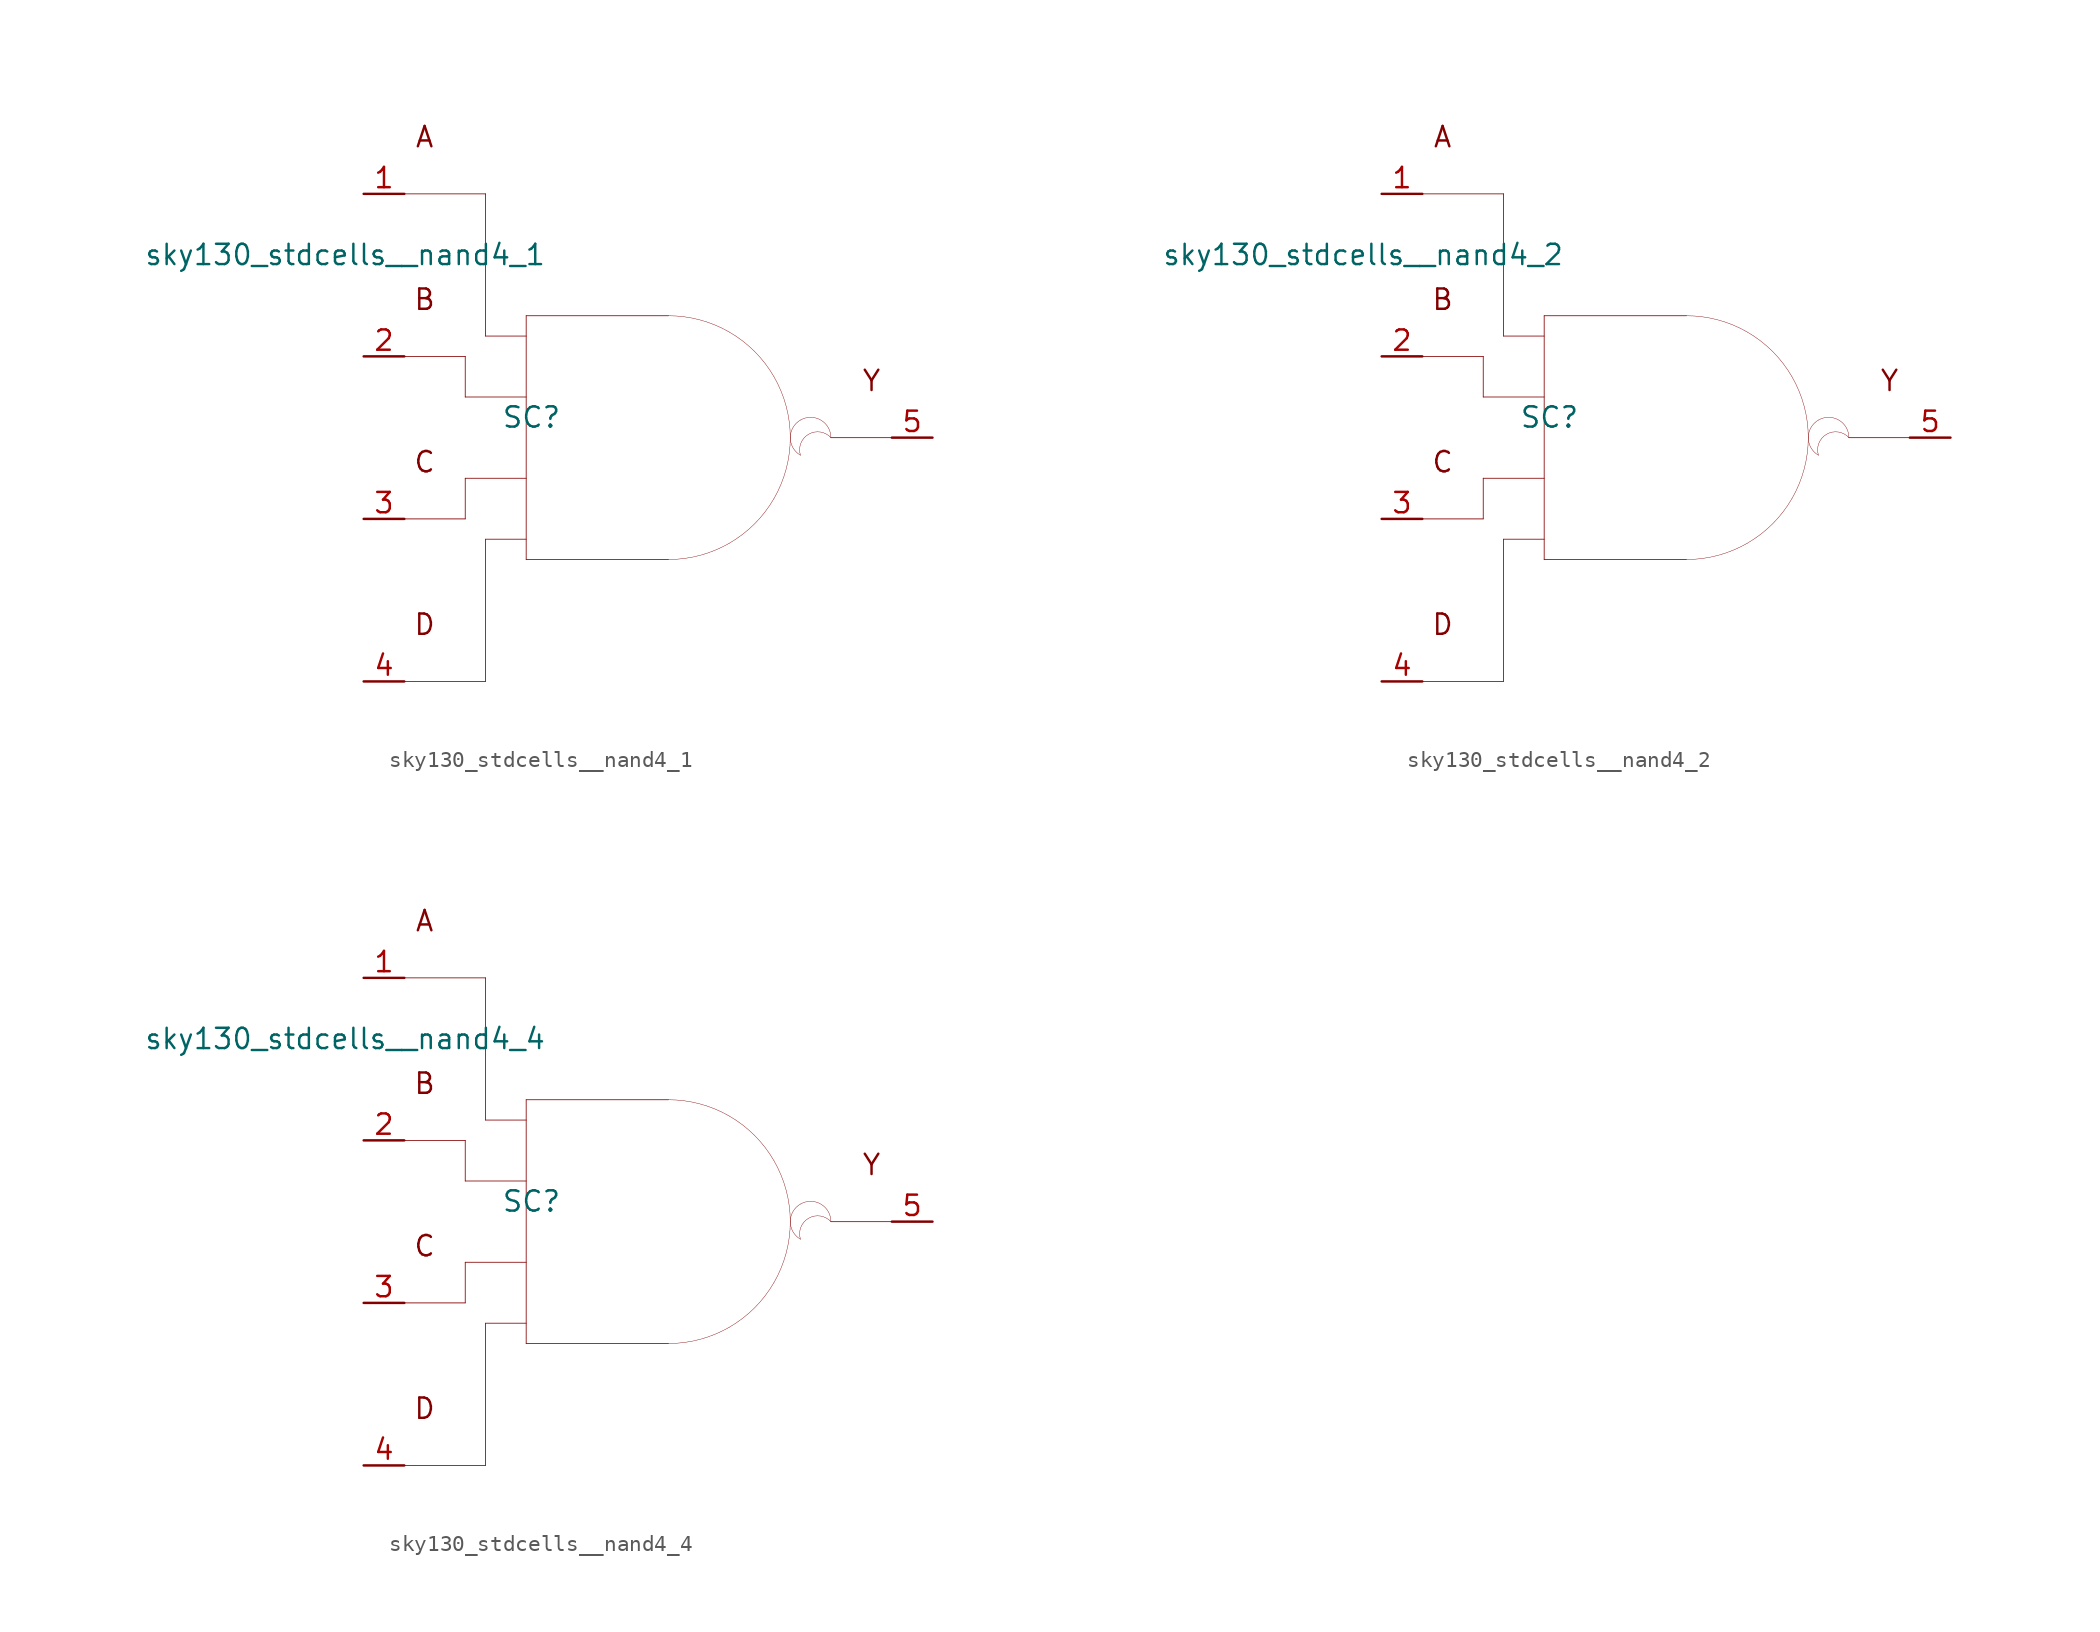
<source format=kicad_sym>
(kicad_symbol_lib
  (version 20211014)
  (generator kicad_symbol_editor)
  (symbol "sky130_stdcells__nand4_1"
    (pin_names hide)
    (property "Reference" "SC"
      (at -7.29 1.27 0)
      (effects (font (size 1.27 1.27))))
    (property "Value" "sky130_stdcells__nand4_1"
      (at -6.35 11.43 0)
      (effects (font (size 1.27 1.27)) (justify right)))
    (symbol "sky130_stdcells__nand4_1_0_0"
      (polyline (pts (xy -15.24 -15.24) (xy -10.16 -15.24)) (stroke (width 0.051) (type default) (color 0 0 0 0)) (fill (type none)))
      (polyline (pts (xy -15.24 -5.08) (xy -11.43 -5.08)) (stroke (width 0.051) (type default) (color 0 0 0 0)) (fill (type none)))
      (polyline (pts (xy -15.24 5.08) (xy -11.43 5.08)) (stroke (width 0.051) (type default) (color 0 0 0 0)) (fill (type none)))
      (polyline (pts (xy -15.24 15.24) (xy -10.16 15.24)) (stroke (width 0.051) (type default) (color 0 0 0 0)) (fill (type none)))
      (polyline (pts (xy -11.43 -2.54) (xy -11.43 -5.08)) (stroke (width 0.051) (type default) (color 0 0 0 0)) (fill (type none)))
      (polyline (pts (xy -11.43 -2.54) (xy -7.62 -2.54)) (stroke (width 0.051) (type default) (color 0 0 0 0)) (fill (type none)))
      (polyline (pts (xy -11.43 2.54) (xy -7.62 2.54)) (stroke (width 0.051) (type default) (color 0 0 0 0)) (fill (type none)))
      (polyline (pts (xy -11.43 5.08) (xy -11.43 2.54)) (stroke (width 0.051) (type default) (color 0 0 0 0)) (fill (type none)))
      (polyline (pts (xy -10.16 -6.35) (xy -10.16 -15.24)) (stroke (width 0.051) (type default) (color 0 0 0 0)) (fill (type none)))
      (polyline (pts (xy -10.16 -6.35) (xy -7.62 -6.35)) (stroke (width 0.051) (type default) (color 0 0 0 0)) (fill (type none)))
      (polyline (pts (xy -10.16 6.35) (xy -7.62 6.35)) (stroke (width 0.051) (type default) (color 0 0 0 0)) (fill (type none)))
      (polyline (pts (xy -10.16 15.24) (xy -10.16 6.35)) (stroke (width 0.051) (type default) (color 0 0 0 0)) (fill (type none)))
      (polyline (pts (xy -7.62 -7.62) (xy 1.27 -7.62)) (stroke (width 0.051) (type default) (color 0 0 0 0)) (fill (type none)))
      (polyline (pts (xy -7.62 7.62) (xy -7.62 -7.62)) (stroke (width 0.051) (type default) (color 0 0 0 0)) (fill (type none)))
      (polyline (pts (xy -7.62 7.62) (xy 1.27 7.62)) (stroke (width 0.051) (type default) (color 0 0 0 0)) (fill (type none)))
      (polyline (pts (xy 11.43 0) (xy 15.24 0)) (stroke (width 0.051) (type default) (color 0 0 0 0)) (fill (type none)))
      (arc (start 1.27 -7.62) (mid 3.2422 -7.3604) (end 5.08 -6.5991) (stroke (width 0.0254) (type default) (color 0 0 0 0)) (fill (type none)))
      (arc (start 5.08 -6.5991) (mid 6.6581 -5.3881) (end 7.8691 -3.81) (stroke (width 0.0254) (type default) (color 0 0 0 0)) (fill (type none)))
      (arc (start 5.08 6.5991) (mid 3.2422 7.3603) (end 1.27 7.62) (stroke (width 0.0254) (type default) (color 0 0 0 0)) (fill (type none)))
      (arc (start 7.8691 -3.81) (mid 8.6303 -1.9722) (end 8.89 0) (stroke (width 0.0254) (type default) (color 0 0 0 0)) (fill (type none)))
      (arc (start 7.8691 3.81) (mid 6.6581 5.3881) (end 5.08 6.5991) (stroke (width 0.0254) (type default) (color 0 0 0 0)) (fill (type none)))
      (arc (start 8.89 0) (mid 8.6304 1.9722) (end 7.8691 3.81) (stroke (width 0.0254) (type default) (color 0 0 0 0)) (fill (type none)))
      (arc (start 9.525 1.0999) (mid 8.89 0) (end 9.525 -1.0999) (stroke (width 0.0254) (type default) (color 0 0 0 0)) (fill (type none)))
      (arc (start 11.43 0) (mid 9.5731 0.4743) (end 9.525 -1.0999) (stroke (width 0.0254) (type default) (color 0 0 0 0)) (fill (type none)))
      (arc (start 11.43 0) (mid 10.795 1.0998) (end 9.525 1.0999) (stroke (width 0.0254) (type default) (color 0 0 0 0)) (fill (type none)))
      (text "A" (at -13.97 18.796 0) (effects (font (size 1.27 1.27))))
      (text "B" (at -13.97 8.636 0) (effects (font (size 1.27 1.27))))
      (text "C" (at -13.97 -1.524 0) (effects (font (size 1.27 1.27))))
      (text "D" (at -13.97 -11.684 0) (effects (font (size 1.27 1.27))))
      (text "Y" (at 13.97 3.556 0) (effects (font (size 1.27 1.27)))))
    (symbol "sky130_stdcells__nand4_1_1_1"
      (pin input line (at -17.78 15.24 0) (length 2.54) (name "A" (effects (font (size 1.092 1.092)))) (number "1" (effects (font (size 1.27 1.27)))))
      (pin input line (at -17.78 5.08 0) (length 2.54) (name "B" (effects (font (size 1.092 1.092)))) (number "2" (effects (font (size 1.27 1.27)))))
      (pin input line (at -17.78 -5.08 0) (length 2.54) (name "C" (effects (font (size 1.092 1.092)))) (number "3" (effects (font (size 1.27 1.27)))))
      (pin input line (at -17.78 -15.24 0) (length 2.54) (name "D" (effects (font (size 1.092 1.092)))) (number "4" (effects (font (size 1.27 1.27)))))
      (pin output line (at 17.78 0 180) (length 2.54) (name "Y" (effects (font (size 1.092 1.092)))) (number "5" (effects (font (size 1.27 1.27)))))))
  (symbol "sky130_stdcells__nand4_2"
    (pin_names hide)
    (property "Reference" "SC"
      (at -7.29 1.27 0)
      (effects (font (size 1.27 1.27))))
    (property "Value" "sky130_stdcells__nand4_2"
      (at -6.35 11.43 0)
      (effects (font (size 1.27 1.27)) (justify right)))
    (symbol "sky130_stdcells__nand4_2_0_0"
      (polyline (pts (xy -15.24 -15.24) (xy -10.16 -15.24)) (stroke (width 0.051) (type default) (color 0 0 0 0)) (fill (type none)))
      (polyline (pts (xy -15.24 -5.08) (xy -11.43 -5.08)) (stroke (width 0.051) (type default) (color 0 0 0 0)) (fill (type none)))
      (polyline (pts (xy -15.24 5.08) (xy -11.43 5.08)) (stroke (width 0.051) (type default) (color 0 0 0 0)) (fill (type none)))
      (polyline (pts (xy -15.24 15.24) (xy -10.16 15.24)) (stroke (width 0.051) (type default) (color 0 0 0 0)) (fill (type none)))
      (polyline (pts (xy -11.43 -2.54) (xy -11.43 -5.08)) (stroke (width 0.051) (type default) (color 0 0 0 0)) (fill (type none)))
      (polyline (pts (xy -11.43 -2.54) (xy -7.62 -2.54)) (stroke (width 0.051) (type default) (color 0 0 0 0)) (fill (type none)))
      (polyline (pts (xy -11.43 2.54) (xy -7.62 2.54)) (stroke (width 0.051) (type default) (color 0 0 0 0)) (fill (type none)))
      (polyline (pts (xy -11.43 5.08) (xy -11.43 2.54)) (stroke (width 0.051) (type default) (color 0 0 0 0)) (fill (type none)))
      (polyline (pts (xy -10.16 -6.35) (xy -10.16 -15.24)) (stroke (width 0.051) (type default) (color 0 0 0 0)) (fill (type none)))
      (polyline (pts (xy -10.16 -6.35) (xy -7.62 -6.35)) (stroke (width 0.051) (type default) (color 0 0 0 0)) (fill (type none)))
      (polyline (pts (xy -10.16 6.35) (xy -7.62 6.35)) (stroke (width 0.051) (type default) (color 0 0 0 0)) (fill (type none)))
      (polyline (pts (xy -10.16 15.24) (xy -10.16 6.35)) (stroke (width 0.051) (type default) (color 0 0 0 0)) (fill (type none)))
      (polyline (pts (xy -7.62 -7.62) (xy 1.27 -7.62)) (stroke (width 0.051) (type default) (color 0 0 0 0)) (fill (type none)))
      (polyline (pts (xy -7.62 7.62) (xy -7.62 -7.62)) (stroke (width 0.051) (type default) (color 0 0 0 0)) (fill (type none)))
      (polyline (pts (xy -7.62 7.62) (xy 1.27 7.62)) (stroke (width 0.051) (type default) (color 0 0 0 0)) (fill (type none)))
      (polyline (pts (xy 11.43 0) (xy 15.24 0)) (stroke (width 0.051) (type default) (color 0 0 0 0)) (fill (type none)))
      (arc (start 1.27 -7.62) (mid 3.2422 -7.3604) (end 5.08 -6.5991) (stroke (width 0.0254) (type default) (color 0 0 0 0)) (fill (type none)))
      (arc (start 5.08 -6.5991) (mid 6.6581 -5.3881) (end 7.8691 -3.81) (stroke (width 0.0254) (type default) (color 0 0 0 0)) (fill (type none)))
      (arc (start 5.08 6.5991) (mid 3.2422 7.3603) (end 1.27 7.62) (stroke (width 0.0254) (type default) (color 0 0 0 0)) (fill (type none)))
      (arc (start 7.8691 -3.81) (mid 8.6303 -1.9722) (end 8.89 0) (stroke (width 0.0254) (type default) (color 0 0 0 0)) (fill (type none)))
      (arc (start 7.8691 3.81) (mid 6.6581 5.3881) (end 5.08 6.5991) (stroke (width 0.0254) (type default) (color 0 0 0 0)) (fill (type none)))
      (arc (start 8.89 0) (mid 8.6304 1.9722) (end 7.8691 3.81) (stroke (width 0.0254) (type default) (color 0 0 0 0)) (fill (type none)))
      (arc (start 9.525 1.0999) (mid 8.89 0) (end 9.525 -1.0999) (stroke (width 0.0254) (type default) (color 0 0 0 0)) (fill (type none)))
      (arc (start 11.43 0) (mid 9.5731 0.4743) (end 9.525 -1.0999) (stroke (width 0.0254) (type default) (color 0 0 0 0)) (fill (type none)))
      (arc (start 11.43 0) (mid 10.795 1.0998) (end 9.525 1.0999) (stroke (width 0.0254) (type default) (color 0 0 0 0)) (fill (type none)))
      (text "A" (at -13.97 18.796 0) (effects (font (size 1.27 1.27))))
      (text "B" (at -13.97 8.636 0) (effects (font (size 1.27 1.27))))
      (text "C" (at -13.97 -1.524 0) (effects (font (size 1.27 1.27))))
      (text "D" (at -13.97 -11.684 0) (effects (font (size 1.27 1.27))))
      (text "Y" (at 13.97 3.556 0) (effects (font (size 1.27 1.27)))))
    (symbol "sky130_stdcells__nand4_2_1_1"
      (pin input line (at -17.78 15.24 0) (length 2.54) (name "A" (effects (font (size 1.092 1.092)))) (number "1" (effects (font (size 1.27 1.27)))))
      (pin input line (at -17.78 5.08 0) (length 2.54) (name "B" (effects (font (size 1.092 1.092)))) (number "2" (effects (font (size 1.27 1.27)))))
      (pin input line (at -17.78 -5.08 0) (length 2.54) (name "C" (effects (font (size 1.092 1.092)))) (number "3" (effects (font (size 1.27 1.27)))))
      (pin input line (at -17.78 -15.24 0) (length 2.54) (name "D" (effects (font (size 1.092 1.092)))) (number "4" (effects (font (size 1.27 1.27)))))
      (pin output line (at 17.78 0 180) (length 2.54) (name "Y" (effects (font (size 1.092 1.092)))) (number "5" (effects (font (size 1.27 1.27)))))))
  (symbol "sky130_stdcells__nand4_4"
    (pin_names hide)
    (property "Reference" "SC"
      (at -7.29 1.27 0)
      (effects (font (size 1.27 1.27))))
    (property "Value" "sky130_stdcells__nand4_4"
      (at -6.35 11.43 0)
      (effects (font (size 1.27 1.27)) (justify right)))
    (symbol "sky130_stdcells__nand4_4_0_0"
      (polyline (pts (xy -15.24 -15.24) (xy -10.16 -15.24)) (stroke (width 0.051) (type default) (color 0 0 0 0)) (fill (type none)))
      (polyline (pts (xy -15.24 -5.08) (xy -11.43 -5.08)) (stroke (width 0.051) (type default) (color 0 0 0 0)) (fill (type none)))
      (polyline (pts (xy -15.24 5.08) (xy -11.43 5.08)) (stroke (width 0.051) (type default) (color 0 0 0 0)) (fill (type none)))
      (polyline (pts (xy -15.24 15.24) (xy -10.16 15.24)) (stroke (width 0.051) (type default) (color 0 0 0 0)) (fill (type none)))
      (polyline (pts (xy -11.43 -2.54) (xy -11.43 -5.08)) (stroke (width 0.051) (type default) (color 0 0 0 0)) (fill (type none)))
      (polyline (pts (xy -11.43 -2.54) (xy -7.62 -2.54)) (stroke (width 0.051) (type default) (color 0 0 0 0)) (fill (type none)))
      (polyline (pts (xy -11.43 2.54) (xy -7.62 2.54)) (stroke (width 0.051) (type default) (color 0 0 0 0)) (fill (type none)))
      (polyline (pts (xy -11.43 5.08) (xy -11.43 2.54)) (stroke (width 0.051) (type default) (color 0 0 0 0)) (fill (type none)))
      (polyline (pts (xy -10.16 -6.35) (xy -10.16 -15.24)) (stroke (width 0.051) (type default) (color 0 0 0 0)) (fill (type none)))
      (polyline (pts (xy -10.16 -6.35) (xy -7.62 -6.35)) (stroke (width 0.051) (type default) (color 0 0 0 0)) (fill (type none)))
      (polyline (pts (xy -10.16 6.35) (xy -7.62 6.35)) (stroke (width 0.051) (type default) (color 0 0 0 0)) (fill (type none)))
      (polyline (pts (xy -10.16 15.24) (xy -10.16 6.35)) (stroke (width 0.051) (type default) (color 0 0 0 0)) (fill (type none)))
      (polyline (pts (xy -7.62 -7.62) (xy 1.27 -7.62)) (stroke (width 0.051) (type default) (color 0 0 0 0)) (fill (type none)))
      (polyline (pts (xy -7.62 7.62) (xy -7.62 -7.62)) (stroke (width 0.051) (type default) (color 0 0 0 0)) (fill (type none)))
      (polyline (pts (xy -7.62 7.62) (xy 1.27 7.62)) (stroke (width 0.051) (type default) (color 0 0 0 0)) (fill (type none)))
      (polyline (pts (xy 11.43 0) (xy 15.24 0)) (stroke (width 0.051) (type default) (color 0 0 0 0)) (fill (type none)))
      (arc (start 1.27 -7.62) (mid 3.2422 -7.3604) (end 5.08 -6.5991) (stroke (width 0.0254) (type default) (color 0 0 0 0)) (fill (type none)))
      (arc (start 5.08 -6.5991) (mid 6.6581 -5.3881) (end 7.8691 -3.81) (stroke (width 0.0254) (type default) (color 0 0 0 0)) (fill (type none)))
      (arc (start 5.08 6.5991) (mid 3.2422 7.3603) (end 1.27 7.62) (stroke (width 0.0254) (type default) (color 0 0 0 0)) (fill (type none)))
      (arc (start 7.8691 -3.81) (mid 8.6303 -1.9722) (end 8.89 0) (stroke (width 0.0254) (type default) (color 0 0 0 0)) (fill (type none)))
      (arc (start 7.8691 3.81) (mid 6.6581 5.3881) (end 5.08 6.5991) (stroke (width 0.0254) (type default) (color 0 0 0 0)) (fill (type none)))
      (arc (start 8.89 0) (mid 8.6304 1.9722) (end 7.8691 3.81) (stroke (width 0.0254) (type default) (color 0 0 0 0)) (fill (type none)))
      (arc (start 9.525 1.0999) (mid 8.89 0) (end 9.525 -1.0999) (stroke (width 0.0254) (type default) (color 0 0 0 0)) (fill (type none)))
      (arc (start 11.43 0) (mid 9.5731 0.4743) (end 9.525 -1.0999) (stroke (width 0.0254) (type default) (color 0 0 0 0)) (fill (type none)))
      (arc (start 11.43 0) (mid 10.795 1.0998) (end 9.525 1.0999) (stroke (width 0.0254) (type default) (color 0 0 0 0)) (fill (type none)))
      (text "A" (at -13.97 18.796 0) (effects (font (size 1.27 1.27))))
      (text "B" (at -13.97 8.636 0) (effects (font (size 1.27 1.27))))
      (text "C" (at -13.97 -1.524 0) (effects (font (size 1.27 1.27))))
      (text "D" (at -13.97 -11.684 0) (effects (font (size 1.27 1.27))))
      (text "Y" (at 13.97 3.556 0) (effects (font (size 1.27 1.27)))))
    (symbol "sky130_stdcells__nand4_4_1_1"
      (pin input line (at -17.78 15.24 0) (length 2.54) (name "A" (effects (font (size 1.092 1.092)))) (number "1" (effects (font (size 1.27 1.27)))))
      (pin input line (at -17.78 5.08 0) (length 2.54) (name "B" (effects (font (size 1.092 1.092)))) (number "2" (effects (font (size 1.27 1.27)))))
      (pin input line (at -17.78 -5.08 0) (length 2.54) (name "C" (effects (font (size 1.092 1.092)))) (number "3" (effects (font (size 1.27 1.27)))))
      (pin input line (at -17.78 -15.24 0) (length 2.54) (name "D" (effects (font (size 1.092 1.092)))) (number "4" (effects (font (size 1.27 1.27)))))
      (pin output line (at 17.78 0 180) (length 2.54) (name "Y" (effects (font (size 1.092 1.092)))) (number "5" (effects (font (size 1.27 1.27))))))))
</source>
